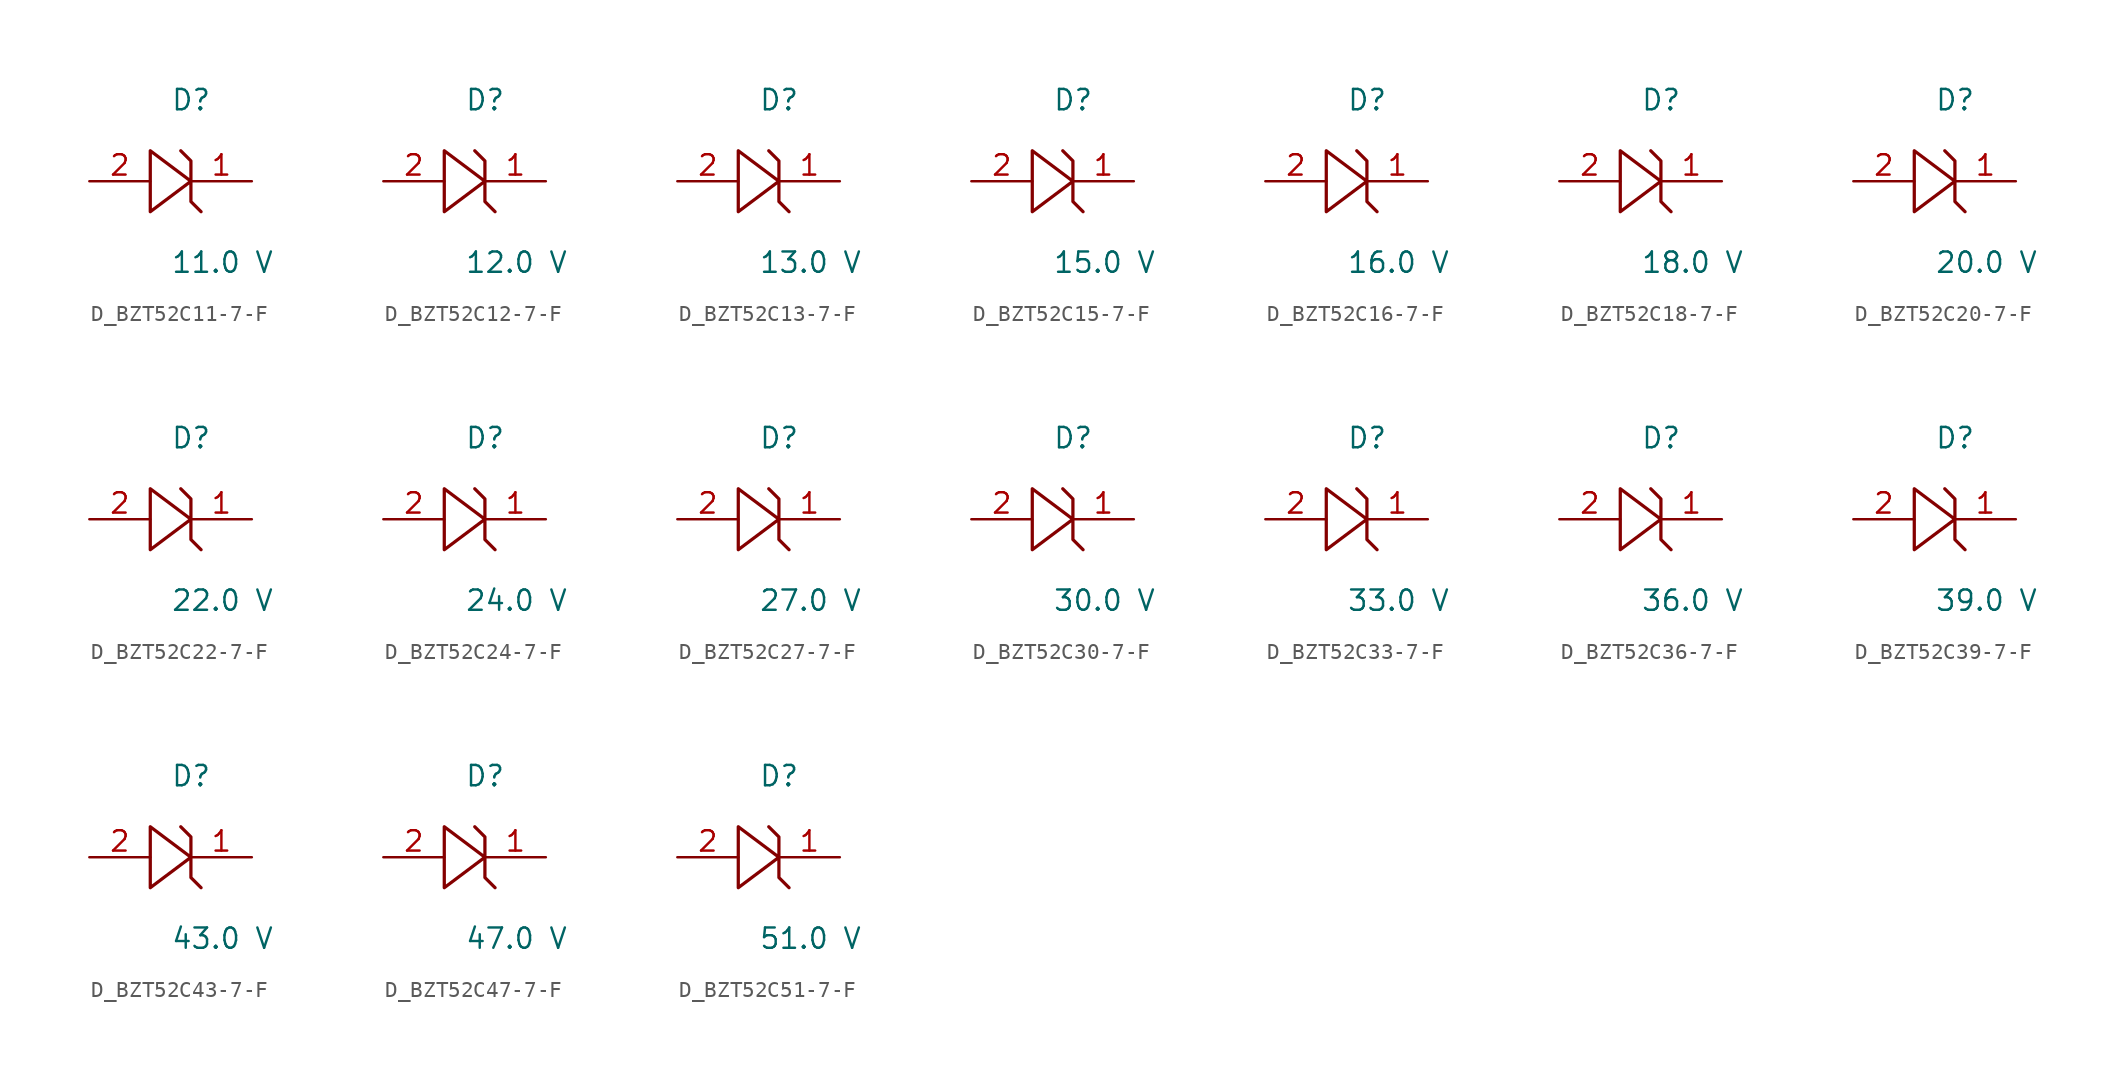
<source format=kicad_sym>
(kicad_symbol_lib
  (version 20231120)
  (generator kicad_symbol_editor)
  (generator_version 8.0)
  (symbol "D_BZT52C11-7-F"
    (pin_names
      (offset 0.254))
    (property "Reference" "D"
      (at 0 5.08 0)
      (effects (font (size 1.27 1.27)) (justify left)))
    (property "Value" "11.0 V"
      (at 0 -5.08 0)
      (effects (font (size 1.27 1.27)) (justify left)))
    (symbol "D_BZT52C11-7-F_1_0"
      (polyline (pts (xy 0.635 1.905) (xy 1.27 1.27) (xy 1.27 0) (xy -1.27 1.905) (xy -1.27 -1.905) (xy 1.27 0) (xy 1.27 -1.27) (xy 1.905 -1.905)) (stroke (width 0.203) (type default)) (fill (type none)))
      (pin passive line (at 5.08 0 180) (length 3.81) (name "" (effects (font (size 1.27 1.27)))) (number "1" (effects (font (size 1.27 1.27)))))
      (pin passive line (at -5.08 0 0) (length 3.81) (name "" (effects (font (size 1.27 1.27)))) (number "2" (effects (font (size 1.27 1.27)))))))
  (symbol "D_BZT52C12-7-F"
    (pin_names
      (offset 0.254))
    (property "Reference" "D"
      (at 0 5.08 0)
      (effects (font (size 1.27 1.27)) (justify left)))
    (property "Value" "12.0 V"
      (at 0 -5.08 0)
      (effects (font (size 1.27 1.27)) (justify left)))
    (symbol "D_BZT52C12-7-F_1_0"
      (polyline (pts (xy 0.635 1.905) (xy 1.27 1.27) (xy 1.27 0) (xy -1.27 1.905) (xy -1.27 -1.905) (xy 1.27 0) (xy 1.27 -1.27) (xy 1.905 -1.905)) (stroke (width 0.203) (type default)) (fill (type none)))
      (pin passive line (at 5.08 0 180) (length 3.81) (name "" (effects (font (size 1.27 1.27)))) (number "1" (effects (font (size 1.27 1.27)))))
      (pin passive line (at -5.08 0 0) (length 3.81) (name "" (effects (font (size 1.27 1.27)))) (number "2" (effects (font (size 1.27 1.27)))))))
  (symbol "D_BZT52C13-7-F"
    (pin_names
      (offset 0.254))
    (property "Reference" "D"
      (at 0 5.08 0)
      (effects (font (size 1.27 1.27)) (justify left)))
    (property "Value" "13.0 V"
      (at 0 -5.08 0)
      (effects (font (size 1.27 1.27)) (justify left)))
    (symbol "D_BZT52C13-7-F_1_0"
      (polyline (pts (xy 0.635 1.905) (xy 1.27 1.27) (xy 1.27 0) (xy -1.27 1.905) (xy -1.27 -1.905) (xy 1.27 0) (xy 1.27 -1.27) (xy 1.905 -1.905)) (stroke (width 0.203) (type default)) (fill (type none)))
      (pin passive line (at 5.08 0 180) (length 3.81) (name "" (effects (font (size 1.27 1.27)))) (number "1" (effects (font (size 1.27 1.27)))))
      (pin passive line (at -5.08 0 0) (length 3.81) (name "" (effects (font (size 1.27 1.27)))) (number "2" (effects (font (size 1.27 1.27)))))))
  (symbol "D_BZT52C15-7-F"
    (pin_names
      (offset 0.254))
    (property "Reference" "D"
      (at 0 5.08 0)
      (effects (font (size 1.27 1.27)) (justify left)))
    (property "Value" "15.0 V"
      (at 0 -5.08 0)
      (effects (font (size 1.27 1.27)) (justify left)))
    (symbol "D_BZT52C15-7-F_1_0"
      (polyline (pts (xy 0.635 1.905) (xy 1.27 1.27) (xy 1.27 0) (xy -1.27 1.905) (xy -1.27 -1.905) (xy 1.27 0) (xy 1.27 -1.27) (xy 1.905 -1.905)) (stroke (width 0.203) (type default)) (fill (type none)))
      (pin passive line (at 5.08 0 180) (length 3.81) (name "" (effects (font (size 1.27 1.27)))) (number "1" (effects (font (size 1.27 1.27)))))
      (pin passive line (at -5.08 0 0) (length 3.81) (name "" (effects (font (size 1.27 1.27)))) (number "2" (effects (font (size 1.27 1.27)))))))
  (symbol "D_BZT52C16-7-F"
    (pin_names
      (offset 0.254))
    (property "Reference" "D"
      (at 0 5.08 0)
      (effects (font (size 1.27 1.27)) (justify left)))
    (property "Value" "16.0 V"
      (at 0 -5.08 0)
      (effects (font (size 1.27 1.27)) (justify left)))
    (symbol "D_BZT52C16-7-F_1_0"
      (polyline (pts (xy 0.635 1.905) (xy 1.27 1.27) (xy 1.27 0) (xy -1.27 1.905) (xy -1.27 -1.905) (xy 1.27 0) (xy 1.27 -1.27) (xy 1.905 -1.905)) (stroke (width 0.203) (type default)) (fill (type none)))
      (pin passive line (at 5.08 0 180) (length 3.81) (name "" (effects (font (size 1.27 1.27)))) (number "1" (effects (font (size 1.27 1.27)))))
      (pin passive line (at -5.08 0 0) (length 3.81) (name "" (effects (font (size 1.27 1.27)))) (number "2" (effects (font (size 1.27 1.27)))))))
  (symbol "D_BZT52C18-7-F"
    (pin_names
      (offset 0.254))
    (property "Reference" "D"
      (at 0 5.08 0)
      (effects (font (size 1.27 1.27)) (justify left)))
    (property "Value" "18.0 V"
      (at 0 -5.08 0)
      (effects (font (size 1.27 1.27)) (justify left)))
    (symbol "D_BZT52C18-7-F_1_0"
      (polyline (pts (xy 0.635 1.905) (xy 1.27 1.27) (xy 1.27 0) (xy -1.27 1.905) (xy -1.27 -1.905) (xy 1.27 0) (xy 1.27 -1.27) (xy 1.905 -1.905)) (stroke (width 0.203) (type default)) (fill (type none)))
      (pin passive line (at 5.08 0 180) (length 3.81) (name "" (effects (font (size 1.27 1.27)))) (number "1" (effects (font (size 1.27 1.27)))))
      (pin passive line (at -5.08 0 0) (length 3.81) (name "" (effects (font (size 1.27 1.27)))) (number "2" (effects (font (size 1.27 1.27)))))))
  (symbol "D_BZT52C20-7-F"
    (pin_names
      (offset 0.254))
    (property "Reference" "D"
      (at 0 5.08 0)
      (effects (font (size 1.27 1.27)) (justify left)))
    (property "Value" "20.0 V"
      (at 0 -5.08 0)
      (effects (font (size 1.27 1.27)) (justify left)))
    (symbol "D_BZT52C20-7-F_1_0"
      (polyline (pts (xy 0.635 1.905) (xy 1.27 1.27) (xy 1.27 0) (xy -1.27 1.905) (xy -1.27 -1.905) (xy 1.27 0) (xy 1.27 -1.27) (xy 1.905 -1.905)) (stroke (width 0.203) (type default)) (fill (type none)))
      (pin passive line (at 5.08 0 180) (length 3.81) (name "" (effects (font (size 1.27 1.27)))) (number "1" (effects (font (size 1.27 1.27)))))
      (pin passive line (at -5.08 0 0) (length 3.81) (name "" (effects (font (size 1.27 1.27)))) (number "2" (effects (font (size 1.27 1.27)))))))
  (symbol "D_BZT52C22-7-F"
    (pin_names
      (offset 0.254))
    (property "Reference" "D"
      (at 0 5.08 0)
      (effects (font (size 1.27 1.27)) (justify left)))
    (property "Value" "22.0 V"
      (at 0 -5.08 0)
      (effects (font (size 1.27 1.27)) (justify left)))
    (symbol "D_BZT52C22-7-F_1_0"
      (polyline (pts (xy 0.635 1.905) (xy 1.27 1.27) (xy 1.27 0) (xy -1.27 1.905) (xy -1.27 -1.905) (xy 1.27 0) (xy 1.27 -1.27) (xy 1.905 -1.905)) (stroke (width 0.203) (type default)) (fill (type none)))
      (pin passive line (at 5.08 0 180) (length 3.81) (name "" (effects (font (size 1.27 1.27)))) (number "1" (effects (font (size 1.27 1.27)))))
      (pin passive line (at -5.08 0 0) (length 3.81) (name "" (effects (font (size 1.27 1.27)))) (number "2" (effects (font (size 1.27 1.27)))))))
  (symbol "D_BZT52C24-7-F"
    (pin_names
      (offset 0.254))
    (property "Reference" "D"
      (at 0 5.08 0)
      (effects (font (size 1.27 1.27)) (justify left)))
    (property "Value" "24.0 V"
      (at 0 -5.08 0)
      (effects (font (size 1.27 1.27)) (justify left)))
    (symbol "D_BZT52C24-7-F_1_0"
      (polyline (pts (xy 0.635 1.905) (xy 1.27 1.27) (xy 1.27 0) (xy -1.27 1.905) (xy -1.27 -1.905) (xy 1.27 0) (xy 1.27 -1.27) (xy 1.905 -1.905)) (stroke (width 0.203) (type default)) (fill (type none)))
      (pin passive line (at 5.08 0 180) (length 3.81) (name "" (effects (font (size 1.27 1.27)))) (number "1" (effects (font (size 1.27 1.27)))))
      (pin passive line (at -5.08 0 0) (length 3.81) (name "" (effects (font (size 1.27 1.27)))) (number "2" (effects (font (size 1.27 1.27)))))))
  (symbol "D_BZT52C27-7-F"
    (pin_names
      (offset 0.254))
    (property "Reference" "D"
      (at 0 5.08 0)
      (effects (font (size 1.27 1.27)) (justify left)))
    (property "Value" "27.0 V"
      (at 0 -5.08 0)
      (effects (font (size 1.27 1.27)) (justify left)))
    (symbol "D_BZT52C27-7-F_1_0"
      (polyline (pts (xy 0.635 1.905) (xy 1.27 1.27) (xy 1.27 0) (xy -1.27 1.905) (xy -1.27 -1.905) (xy 1.27 0) (xy 1.27 -1.27) (xy 1.905 -1.905)) (stroke (width 0.203) (type default)) (fill (type none)))
      (pin passive line (at 5.08 0 180) (length 3.81) (name "" (effects (font (size 1.27 1.27)))) (number "1" (effects (font (size 1.27 1.27)))))
      (pin passive line (at -5.08 0 0) (length 3.81) (name "" (effects (font (size 1.27 1.27)))) (number "2" (effects (font (size 1.27 1.27)))))))
  (symbol "D_BZT52C30-7-F"
    (pin_names
      (offset 0.254))
    (property "Reference" "D"
      (at 0 5.08 0)
      (effects (font (size 1.27 1.27)) (justify left)))
    (property "Value" "30.0 V"
      (at 0 -5.08 0)
      (effects (font (size 1.27 1.27)) (justify left)))
    (symbol "D_BZT52C30-7-F_1_0"
      (polyline (pts (xy 0.635 1.905) (xy 1.27 1.27) (xy 1.27 0) (xy -1.27 1.905) (xy -1.27 -1.905) (xy 1.27 0) (xy 1.27 -1.27) (xy 1.905 -1.905)) (stroke (width 0.203) (type default)) (fill (type none)))
      (pin passive line (at 5.08 0 180) (length 3.81) (name "" (effects (font (size 1.27 1.27)))) (number "1" (effects (font (size 1.27 1.27)))))
      (pin passive line (at -5.08 0 0) (length 3.81) (name "" (effects (font (size 1.27 1.27)))) (number "2" (effects (font (size 1.27 1.27)))))))
  (symbol "D_BZT52C33-7-F"
    (pin_names
      (offset 0.254))
    (property "Reference" "D"
      (at 0 5.08 0)
      (effects (font (size 1.27 1.27)) (justify left)))
    (property "Value" "33.0 V"
      (at 0 -5.08 0)
      (effects (font (size 1.27 1.27)) (justify left)))
    (symbol "D_BZT52C33-7-F_1_0"
      (polyline (pts (xy 0.635 1.905) (xy 1.27 1.27) (xy 1.27 0) (xy -1.27 1.905) (xy -1.27 -1.905) (xy 1.27 0) (xy 1.27 -1.27) (xy 1.905 -1.905)) (stroke (width 0.203) (type default)) (fill (type none)))
      (pin passive line (at 5.08 0 180) (length 3.81) (name "" (effects (font (size 1.27 1.27)))) (number "1" (effects (font (size 1.27 1.27)))))
      (pin passive line (at -5.08 0 0) (length 3.81) (name "" (effects (font (size 1.27 1.27)))) (number "2" (effects (font (size 1.27 1.27)))))))
  (symbol "D_BZT52C36-7-F"
    (pin_names
      (offset 0.254))
    (property "Reference" "D"
      (at 0 5.08 0)
      (effects (font (size 1.27 1.27)) (justify left)))
    (property "Value" "36.0 V"
      (at 0 -5.08 0)
      (effects (font (size 1.27 1.27)) (justify left)))
    (symbol "D_BZT52C36-7-F_1_0"
      (polyline (pts (xy 0.635 1.905) (xy 1.27 1.27) (xy 1.27 0) (xy -1.27 1.905) (xy -1.27 -1.905) (xy 1.27 0) (xy 1.27 -1.27) (xy 1.905 -1.905)) (stroke (width 0.203) (type default)) (fill (type none)))
      (pin passive line (at 5.08 0 180) (length 3.81) (name "" (effects (font (size 1.27 1.27)))) (number "1" (effects (font (size 1.27 1.27)))))
      (pin passive line (at -5.08 0 0) (length 3.81) (name "" (effects (font (size 1.27 1.27)))) (number "2" (effects (font (size 1.27 1.27)))))))
  (symbol "D_BZT52C39-7-F"
    (pin_names
      (offset 0.254))
    (property "Reference" "D"
      (at 0 5.08 0)
      (effects (font (size 1.27 1.27)) (justify left)))
    (property "Value" "39.0 V"
      (at 0 -5.08 0)
      (effects (font (size 1.27 1.27)) (justify left)))
    (symbol "D_BZT52C39-7-F_1_0"
      (polyline (pts (xy 0.635 1.905) (xy 1.27 1.27) (xy 1.27 0) (xy -1.27 1.905) (xy -1.27 -1.905) (xy 1.27 0) (xy 1.27 -1.27) (xy 1.905 -1.905)) (stroke (width 0.203) (type default)) (fill (type none)))
      (pin passive line (at 5.08 0 180) (length 3.81) (name "" (effects (font (size 1.27 1.27)))) (number "1" (effects (font (size 1.27 1.27)))))
      (pin passive line (at -5.08 0 0) (length 3.81) (name "" (effects (font (size 1.27 1.27)))) (number "2" (effects (font (size 1.27 1.27)))))))
  (symbol "D_BZT52C43-7-F"
    (pin_names
      (offset 0.254))
    (property "Reference" "D"
      (at 0 5.08 0)
      (effects (font (size 1.27 1.27)) (justify left)))
    (property "Value" "43.0 V"
      (at 0 -5.08 0)
      (effects (font (size 1.27 1.27)) (justify left)))
    (symbol "D_BZT52C43-7-F_1_0"
      (polyline (pts (xy 0.635 1.905) (xy 1.27 1.27) (xy 1.27 0) (xy -1.27 1.905) (xy -1.27 -1.905) (xy 1.27 0) (xy 1.27 -1.27) (xy 1.905 -1.905)) (stroke (width 0.203) (type default)) (fill (type none)))
      (pin passive line (at 5.08 0 180) (length 3.81) (name "" (effects (font (size 1.27 1.27)))) (number "1" (effects (font (size 1.27 1.27)))))
      (pin passive line (at -5.08 0 0) (length 3.81) (name "" (effects (font (size 1.27 1.27)))) (number "2" (effects (font (size 1.27 1.27)))))))
  (symbol "D_BZT52C47-7-F"
    (pin_names
      (offset 0.254))
    (property "Reference" "D"
      (at 0 5.08 0)
      (effects (font (size 1.27 1.27)) (justify left)))
    (property "Value" "47.0 V"
      (at 0 -5.08 0)
      (effects (font (size 1.27 1.27)) (justify left)))
    (symbol "D_BZT52C47-7-F_1_0"
      (polyline (pts (xy 0.635 1.905) (xy 1.27 1.27) (xy 1.27 0) (xy -1.27 1.905) (xy -1.27 -1.905) (xy 1.27 0) (xy 1.27 -1.27) (xy 1.905 -1.905)) (stroke (width 0.203) (type default)) (fill (type none)))
      (pin passive line (at 5.08 0 180) (length 3.81) (name "" (effects (font (size 1.27 1.27)))) (number "1" (effects (font (size 1.27 1.27)))))
      (pin passive line (at -5.08 0 0) (length 3.81) (name "" (effects (font (size 1.27 1.27)))) (number "2" (effects (font (size 1.27 1.27)))))))
  (symbol "D_BZT52C51-7-F"
    (pin_names
      (offset 0.254))
    (property "Reference" "D"
      (at 0 5.08 0)
      (effects (font (size 1.27 1.27)) (justify left)))
    (property "Value" "51.0 V"
      (at 0 -5.08 0)
      (effects (font (size 1.27 1.27)) (justify left)))
    (symbol "D_BZT52C51-7-F_1_0"
      (polyline (pts (xy 0.635 1.905) (xy 1.27 1.27) (xy 1.27 0) (xy -1.27 1.905) (xy -1.27 -1.905) (xy 1.27 0) (xy 1.27 -1.27) (xy 1.905 -1.905)) (stroke (width 0.203) (type default)) (fill (type none)))
      (pin passive line (at 5.08 0 180) (length 3.81) (name "" (effects (font (size 1.27 1.27)))) (number "1" (effects (font (size 1.27 1.27)))))
      (pin passive line (at -5.08 0 0) (length 3.81) (name "" (effects (font (size 1.27 1.27)))) (number "2" (effects (font (size 1.27 1.27))))))))
</source>
